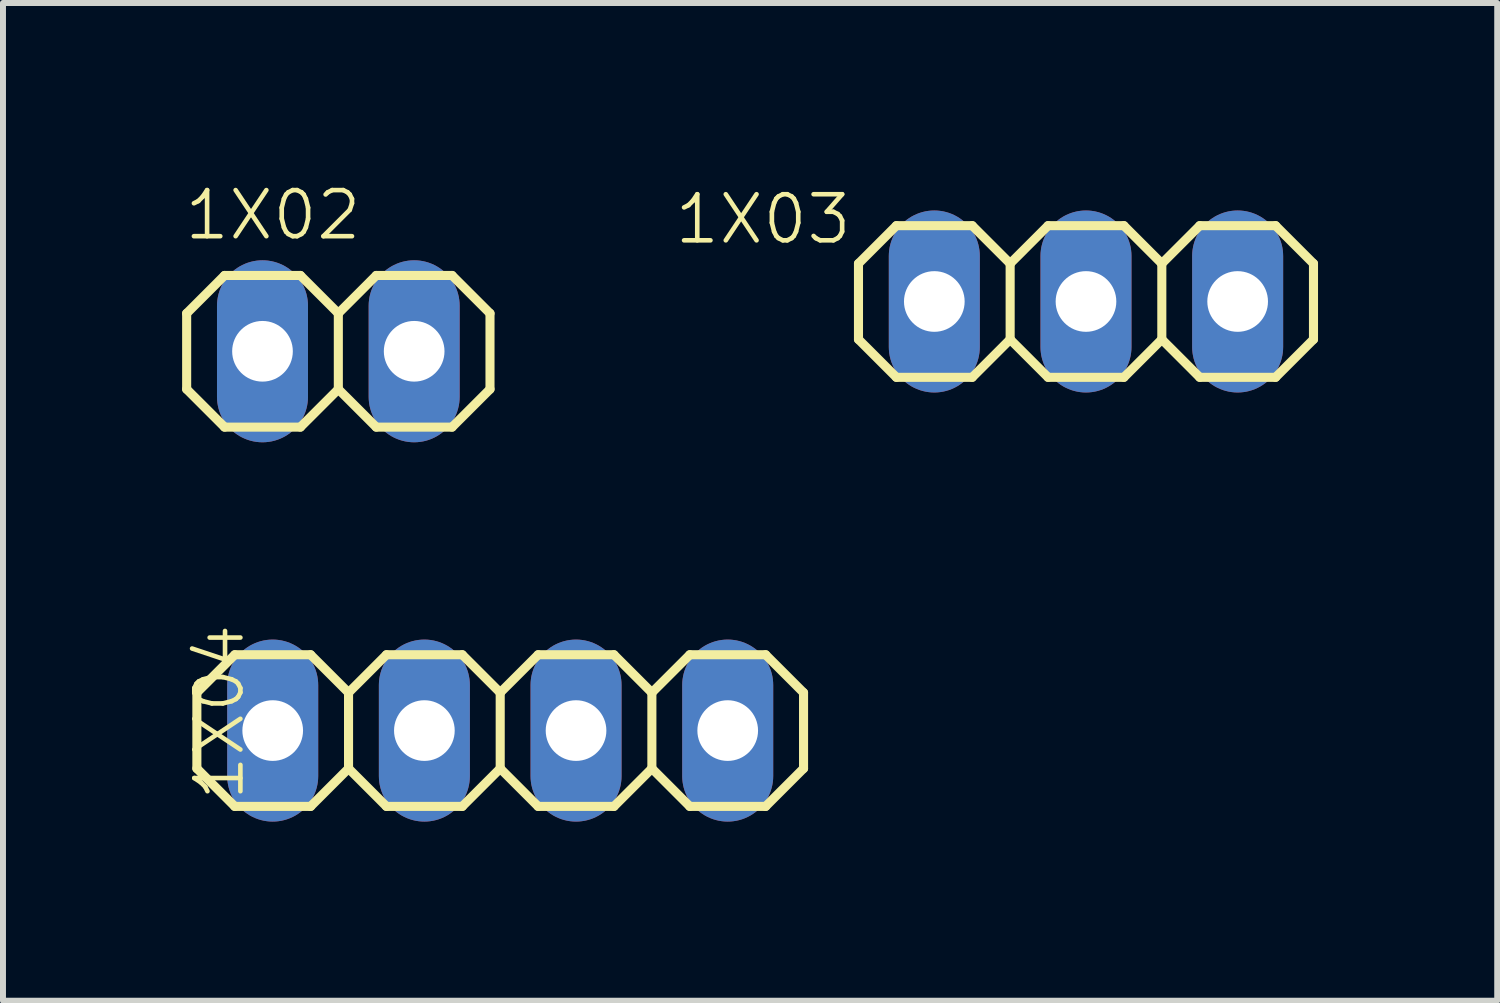
<source format=kicad_pcb>
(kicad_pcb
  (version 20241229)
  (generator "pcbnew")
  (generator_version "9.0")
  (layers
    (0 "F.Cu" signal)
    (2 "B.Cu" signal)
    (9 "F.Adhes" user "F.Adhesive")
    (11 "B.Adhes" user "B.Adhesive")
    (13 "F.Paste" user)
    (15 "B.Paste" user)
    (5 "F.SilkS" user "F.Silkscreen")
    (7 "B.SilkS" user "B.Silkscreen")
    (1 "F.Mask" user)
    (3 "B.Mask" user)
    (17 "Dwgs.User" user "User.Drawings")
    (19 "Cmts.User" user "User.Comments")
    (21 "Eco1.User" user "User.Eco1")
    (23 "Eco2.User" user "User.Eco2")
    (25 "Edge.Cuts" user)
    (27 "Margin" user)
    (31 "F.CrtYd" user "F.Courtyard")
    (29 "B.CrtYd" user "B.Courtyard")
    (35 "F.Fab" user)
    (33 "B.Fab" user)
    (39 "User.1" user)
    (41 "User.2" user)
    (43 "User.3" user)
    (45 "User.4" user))
  (footprint "1X04"
    (layer "F.Cu")
    (at 5.327 9.185)
    (property "Reference" "1X04" (at -5.156 -1.829 270) (layer "F.SilkS") (effects (font (size 0.772 0.772) (thickness 0.077)) (justify right top)))
    (attr through_hole)
    (fp_line (start -5.08 -0.635) (end -5.08 0.635) (stroke (width 0.152) (type solid)) (layer "F.SilkS"))
    (fp_line (start -5.08 0.635) (end -4.445 1.27) (stroke (width 0.152) (type solid)) (layer "F.SilkS"))
    (fp_line (start -4.445 -1.27) (end -5.08 -0.635) (stroke (width 0.152) (type solid)) (layer "F.SilkS"))
    (fp_line (start -4.445 -1.27) (end -3.175 -1.27) (stroke (width 0.152) (type solid)) (layer "F.SilkS"))
    (fp_line (start -3.175 -1.27) (end -2.54 -0.635) (stroke (width 0.152) (type solid)) (layer "F.SilkS"))
    (fp_line (start -3.175 1.27) (end -4.445 1.27) (stroke (width 0.152) (type solid)) (layer "F.SilkS"))
    (fp_line (start -2.54 -0.635) (end -2.54 0.635) (stroke (width 0.152) (type solid)) (layer "F.SilkS"))
    (fp_line (start -2.54 -0.635) (end -1.905 -1.27) (stroke (width 0.152) (type solid)) (layer "F.SilkS"))
    (fp_line (start -2.54 0.635) (end -3.175 1.27) (stroke (width 0.152) (type solid)) (layer "F.SilkS"))
    (fp_line (start -1.905 -1.27) (end -0.635 -1.27) (stroke (width 0.152) (type solid)) (layer "F.SilkS"))
    (fp_line (start -1.905 1.27) (end -2.54 0.635) (stroke (width 0.152) (type solid)) (layer "F.SilkS"))
    (fp_line (start -0.635 -1.27) (end 0 -0.635) (stroke (width 0.152) (type solid)) (layer "F.SilkS"))
    (fp_line (start -0.635 1.27) (end -1.905 1.27) (stroke (width 0.152) (type solid)) (layer "F.SilkS"))
    (fp_line (start 0 -0.635) (end 0 0.635) (stroke (width 0.152) (type solid)) (layer "F.SilkS"))
    (fp_line (start 0 -0.635) (end 0.635 -1.27) (stroke (width 0.152) (type solid)) (layer "F.SilkS"))
    (fp_line (start 0 0.635) (end -0.635 1.27) (stroke (width 0.152) (type solid)) (layer "F.SilkS"))
    (fp_line (start 0.635 -1.27) (end 1.905 -1.27) (stroke (width 0.152) (type solid)) (layer "F.SilkS"))
    (fp_line (start 0.635 1.27) (end 0 0.635) (stroke (width 0.152) (type solid)) (layer "F.SilkS"))
    (fp_line (start 1.905 -1.27) (end 2.54 -0.635) (stroke (width 0.152) (type solid)) (layer "F.SilkS"))
    (fp_line (start 1.905 1.27) (end 0.635 1.27) (stroke (width 0.152) (type solid)) (layer "F.SilkS"))
    (fp_line (start 2.54 -0.635) (end 2.54 0.635) (stroke (width 0.152) (type solid)) (layer "F.SilkS"))
    (fp_line (start 2.54 0.635) (end 1.905 1.27) (stroke (width 0.152) (type solid)) (layer "F.SilkS"))
    (fp_line (start 2.54 0.635) (end 3.175 1.27) (stroke (width 0.152) (type solid)) (layer "F.SilkS"))
    (fp_line (start 3.175 -1.27) (end 2.54 -0.635) (stroke (width 0.152) (type solid)) (layer "F.SilkS"))
    (fp_line (start 3.175 -1.27) (end 4.445 -1.27) (stroke (width 0.152) (type solid)) (layer "F.SilkS"))
    (fp_line (start 4.445 -1.27) (end 5.08 -0.635) (stroke (width 0.152) (type solid)) (layer "F.SilkS"))
    (fp_line (start 4.445 1.27) (end 3.175 1.27) (stroke (width 0.152) (type solid)) (layer "F.SilkS"))
    (fp_line (start 5.08 -0.635) (end 5.08 0.635) (stroke (width 0.152) (type solid)) (layer "F.SilkS"))
    (fp_line (start 5.08 0.635) (end 4.445 1.27) (stroke (width 0.152) (type solid)) (layer "F.SilkS"))
    (fp_poly (pts (xy -4.064 0.254) (xy -3.556 0.254) (xy -3.556 -0.254) (xy -4.064 -0.254)) (stroke (width 0.1) (type solid)) (fill no) (layer "F.Fab"))
    (fp_poly (pts (xy -1.524 0.254) (xy -1.016 0.254) (xy -1.016 -0.254) (xy -1.524 -0.254)) (stroke (width 0.1) (type solid)) (fill no) (layer "F.Fab"))
    (fp_poly (pts (xy 1.016 0.254) (xy 1.524 0.254) (xy 1.524 -0.254) (xy 1.016 -0.254)) (stroke (width 0.1) (type solid)) (fill no) (layer "F.Fab"))
    (fp_poly (pts (xy 3.556 0.254) (xy 4.064 0.254) (xy 4.064 -0.254) (xy 3.556 -0.254)) (stroke (width 0.1) (type solid)) (fill no) (layer "F.Fab"))
    (pad "1" thru_hole oval (at -3.81 0 90) (size 3.048 1.524) (drill 1.016) (layers "*.Cu" "*.Mask"))
    (pad "2" thru_hole oval (at -1.27 0 90) (size 3.048 1.524) (drill 1.016) (layers "*.Cu" "*.Mask"))
    (pad "3" thru_hole oval (at 1.27 0 90) (size 3.048 1.524) (drill 1.016) (layers "*.Cu" "*.Mask"))
    (pad "4" thru_hole oval (at 3.81 0 90) (size 3.048 1.524) (drill 1.016) (layers "*.Cu" "*.Mask")))
  (footprint "1X02"
    (layer "F.Cu")
    (at 2.616 2.833)
    (property "Reference" "1X02" (at -2.616 -1.829 0) (layer "F.SilkS") (effects (font (size 0.772 0.772) (thickness 0.077)) (justify left bottom)))
    (attr through_hole)
    (fp_line (start -2.54 -0.635) (end -2.54 0.635) (stroke (width 0.152) (type solid)) (layer "F.SilkS"))
    (fp_line (start -2.54 0.635) (end -1.905 1.27) (stroke (width 0.152) (type solid)) (layer "F.SilkS"))
    (fp_line (start -1.905 -1.27) (end -2.54 -0.635) (stroke (width 0.152) (type solid)) (layer "F.SilkS"))
    (fp_line (start -1.905 -1.27) (end -0.635 -1.27) (stroke (width 0.152) (type solid)) (layer "F.SilkS"))
    (fp_line (start -0.635 -1.27) (end 0 -0.635) (stroke (width 0.152) (type solid)) (layer "F.SilkS"))
    (fp_line (start -0.635 1.27) (end -1.905 1.27) (stroke (width 0.152) (type solid)) (layer "F.SilkS"))
    (fp_line (start 0 -0.635) (end 0 0.635) (stroke (width 0.152) (type solid)) (layer "F.SilkS"))
    (fp_line (start 0 -0.635) (end 0.635 -1.27) (stroke (width 0.152) (type solid)) (layer "F.SilkS"))
    (fp_line (start 0 0.635) (end -0.635 1.27) (stroke (width 0.152) (type solid)) (layer "F.SilkS"))
    (fp_line (start 0.635 -1.27) (end 1.905 -1.27) (stroke (width 0.152) (type solid)) (layer "F.SilkS"))
    (fp_line (start 0.635 1.27) (end 0 0.635) (stroke (width 0.152) (type solid)) (layer "F.SilkS"))
    (fp_line (start 1.905 -1.27) (end 2.54 -0.635) (stroke (width 0.152) (type solid)) (layer "F.SilkS"))
    (fp_line (start 1.905 1.27) (end 0.635 1.27) (stroke (width 0.152) (type solid)) (layer "F.SilkS"))
    (fp_line (start 2.54 -0.635) (end 2.54 0.635) (stroke (width 0.152) (type solid)) (layer "F.SilkS"))
    (fp_line (start 2.54 0.635) (end 1.905 1.27) (stroke (width 0.152) (type solid)) (layer "F.SilkS"))
    (fp_poly (pts (xy -1.524 0.254) (xy -1.016 0.254) (xy -1.016 -0.254) (xy -1.524 -0.254)) (stroke (width 0.1) (type solid)) (fill no) (layer "F.Fab"))
    (fp_poly (pts (xy 1.016 0.254) (xy 1.524 0.254) (xy 1.524 -0.254) (xy 1.016 -0.254)) (stroke (width 0.1) (type solid)) (fill no) (layer "F.Fab"))
    (pad "1" thru_hole oval (at -1.27 0 90) (size 3.048 1.524) (drill 1.016) (layers "*.Cu" "*.Mask"))
    (pad "2" thru_hole oval (at 1.27 0 90) (size 3.048 1.524) (drill 1.016) (layers "*.Cu" "*.Mask")))
  (footprint "1X03"
    (layer "F.Cu")
    (at 15.137 1.999)
    (property "Reference" "1X03" (at -3.886 -1.829 0) (layer "F.SilkS") (effects (font (size 0.772 0.772) (thickness 0.077)) (justify right top)))
    (attr through_hole)
    (fp_line (start -3.81 -0.635) (end -3.81 0.635) (stroke (width 0.152) (type solid)) (layer "F.SilkS"))
    (fp_line (start -3.81 0.635) (end -3.175 1.27) (stroke (width 0.152) (type solid)) (layer "F.SilkS"))
    (fp_line (start -3.175 -1.27) (end -3.81 -0.635) (stroke (width 0.152) (type solid)) (layer "F.SilkS"))
    (fp_line (start -3.175 -1.27) (end -1.905 -1.27) (stroke (width 0.152) (type solid)) (layer "F.SilkS"))
    (fp_line (start -1.905 -1.27) (end -1.27 -0.635) (stroke (width 0.152) (type solid)) (layer "F.SilkS"))
    (fp_line (start -1.905 1.27) (end -3.175 1.27) (stroke (width 0.152) (type solid)) (layer "F.SilkS"))
    (fp_line (start -1.27 -0.635) (end -1.27 0.635) (stroke (width 0.152) (type solid)) (layer "F.SilkS"))
    (fp_line (start -1.27 -0.635) (end -0.635 -1.27) (stroke (width 0.152) (type solid)) (layer "F.SilkS"))
    (fp_line (start -1.27 0.635) (end -1.905 1.27) (stroke (width 0.152) (type solid)) (layer "F.SilkS"))
    (fp_line (start -0.635 -1.27) (end 0.635 -1.27) (stroke (width 0.152) (type solid)) (layer "F.SilkS"))
    (fp_line (start -0.635 1.27) (end -1.27 0.635) (stroke (width 0.152) (type solid)) (layer "F.SilkS"))
    (fp_line (start 0.635 -1.27) (end 1.27 -0.635) (stroke (width 0.152) (type solid)) (layer "F.SilkS"))
    (fp_line (start 0.635 1.27) (end -0.635 1.27) (stroke (width 0.152) (type solid)) (layer "F.SilkS"))
    (fp_line (start 1.27 -0.635) (end 1.27 0.635) (stroke (width 0.152) (type solid)) (layer "F.SilkS"))
    (fp_line (start 1.27 -0.635) (end 1.905 -1.27) (stroke (width 0.152) (type solid)) (layer "F.SilkS"))
    (fp_line (start 1.27 0.635) (end 0.635 1.27) (stroke (width 0.152) (type solid)) (layer "F.SilkS"))
    (fp_line (start 1.905 -1.27) (end 3.175 -1.27) (stroke (width 0.152) (type solid)) (layer "F.SilkS"))
    (fp_line (start 1.905 1.27) (end 1.27 0.635) (stroke (width 0.152) (type solid)) (layer "F.SilkS"))
    (fp_line (start 3.175 -1.27) (end 3.81 -0.635) (stroke (width 0.152) (type solid)) (layer "F.SilkS"))
    (fp_line (start 3.175 1.27) (end 1.905 1.27) (stroke (width 0.152) (type solid)) (layer "F.SilkS"))
    (fp_line (start 3.81 -0.635) (end 3.81 0.635) (stroke (width 0.152) (type solid)) (layer "F.SilkS"))
    (fp_line (start 3.81 0.635) (end 3.175 1.27) (stroke (width 0.152) (type solid)) (layer "F.SilkS"))
    (fp_poly (pts (xy -2.794 0.254) (xy -2.286 0.254) (xy -2.286 -0.254) (xy -2.794 -0.254)) (stroke (width 0.1) (type solid)) (fill no) (layer "F.Fab"))
    (fp_poly (pts (xy -0.254 0.254) (xy 0.254 0.254) (xy 0.254 -0.254) (xy -0.254 -0.254)) (stroke (width 0.1) (type solid)) (fill no) (layer "F.Fab"))
    (fp_poly (pts (xy 2.286 0.254) (xy 2.794 0.254) (xy 2.794 -0.254) (xy 2.286 -0.254)) (stroke (width 0.1) (type solid)) (fill no) (layer "F.Fab"))
    (pad "1" thru_hole oval (at -2.54 0 90) (size 3.048 1.524) (drill 1.016) (layers "*.Cu" "*.Mask"))
    (pad "2" thru_hole oval (at 0 0 90) (size 3.048 1.524) (drill 1.016) (layers "*.Cu" "*.Mask"))
    (pad "3" thru_hole oval (at 2.54 0 90) (size 3.048 1.524) (drill 1.016) (layers "*.Cu" "*.Mask")))
  (gr_rect
    (start -3 -3)
    (end 22.024 13.709)
    (stroke (width 0.1) (type default))
    (fill no)
    (layer "Edge.Cuts")))
</source>
